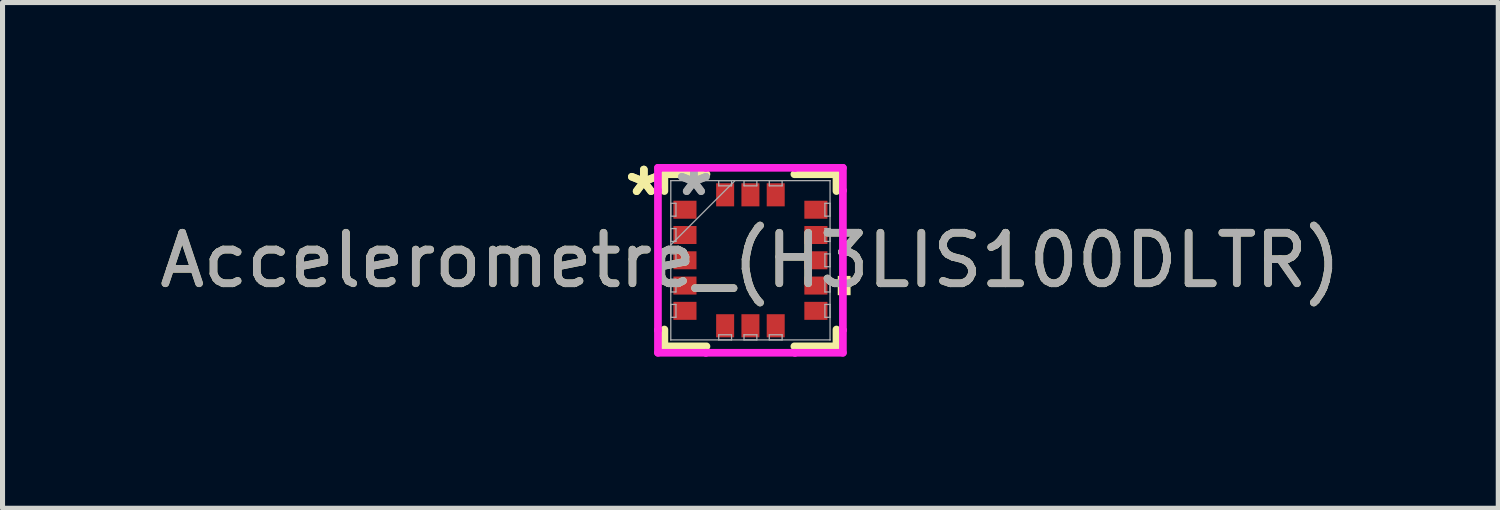
<source format=kicad_pcb>
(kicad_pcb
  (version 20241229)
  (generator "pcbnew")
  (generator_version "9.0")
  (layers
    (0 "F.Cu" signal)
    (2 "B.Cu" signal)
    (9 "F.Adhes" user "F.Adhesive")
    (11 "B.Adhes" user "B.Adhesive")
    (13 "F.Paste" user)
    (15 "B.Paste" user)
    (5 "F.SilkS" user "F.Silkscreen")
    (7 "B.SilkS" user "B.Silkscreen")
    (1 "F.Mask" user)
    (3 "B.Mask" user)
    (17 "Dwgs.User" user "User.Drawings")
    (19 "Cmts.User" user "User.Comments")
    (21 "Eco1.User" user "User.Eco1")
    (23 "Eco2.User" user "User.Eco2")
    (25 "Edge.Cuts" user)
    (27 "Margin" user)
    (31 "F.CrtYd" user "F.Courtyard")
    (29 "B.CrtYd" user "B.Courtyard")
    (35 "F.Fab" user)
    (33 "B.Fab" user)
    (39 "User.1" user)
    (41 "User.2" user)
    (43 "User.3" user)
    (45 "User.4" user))
  (footprint "Accelerometre_(H3LIS100DLTR)"
    (layer "F.Cu")
    (at 11.792 2.098)
    (property "Reference" "Accelerometre_(H3LIS100DLTR)" (at 0 0 0) (unlocked yes) (layer "F.SilkS") (effects (font (size 1 1) (thickness 0.15))))
    (attr smd)
    (fp_line (start -1.702 -1.702) (end -1.702 -1.369) (stroke (width 0.152) (type solid)) (layer "F.SilkS"))
    (fp_line (start -1.702 1.369) (end -1.702 1.702) (stroke (width 0.152) (type solid)) (layer "F.SilkS"))
    (fp_line (start -1.702 1.702) (end -0.869 1.702) (stroke (width 0.152) (type solid)) (layer "F.SilkS"))
    (fp_line (start -0.869 -1.702) (end -1.702 -1.702) (stroke (width 0.152) (type solid)) (layer "F.SilkS"))
    (fp_line (start 0.869 1.702) (end 1.702 1.702) (stroke (width 0.152) (type solid)) (layer "F.SilkS"))
    (fp_line (start 1.702 -1.702) (end 0.869 -1.702) (stroke (width 0.152) (type solid)) (layer "F.SilkS"))
    (fp_line (start 1.702 -1.369) (end 1.702 -1.702) (stroke (width 0.152) (type solid)) (layer "F.SilkS"))
    (fp_line (start 1.702 1.702) (end 1.702 1.369) (stroke (width 0.152) (type solid)) (layer "F.SilkS"))
    (fp_poly (pts (xy 1.981 0.309) (xy 1.981 0.69) (xy 1.727 0.69) (xy 1.727 0.309)) (stroke (width 0) (type solid)) (fill yes) (layer "F.SilkS"))
    (fp_line (start -1.829 -1.829) (end -0.881 -1.829) (stroke (width 0.152) (type solid)) (layer "F.CrtYd"))
    (fp_line (start -1.829 -1.381) (end -1.829 -1.829) (stroke (width 0.152) (type solid)) (layer "F.CrtYd"))
    (fp_line (start -1.829 -1.381) (end -1.829 -1.381) (stroke (width 0.152) (type solid)) (layer "F.CrtYd"))
    (fp_line (start -1.829 1.381) (end -1.829 -1.381) (stroke (width 0.152) (type solid)) (layer "F.CrtYd"))
    (fp_line (start -1.829 1.381) (end -1.829 1.381) (stroke (width 0.152) (type solid)) (layer "F.CrtYd"))
    (fp_line (start -1.829 1.829) (end -1.829 1.381) (stroke (width 0.152) (type solid)) (layer "F.CrtYd"))
    (fp_line (start -0.881 -1.829) (end -0.881 -1.829) (stroke (width 0.152) (type solid)) (layer "F.CrtYd"))
    (fp_line (start -0.881 -1.829) (end 0.881 -1.829) (stroke (width 0.152) (type solid)) (layer "F.CrtYd"))
    (fp_line (start -0.881 1.829) (end -1.829 1.829) (stroke (width 0.152) (type solid)) (layer "F.CrtYd"))
    (fp_line (start -0.881 1.829) (end -0.881 1.829) (stroke (width 0.152) (type solid)) (layer "F.CrtYd"))
    (fp_line (start 0.881 -1.829) (end 0.881 -1.829) (stroke (width 0.152) (type solid)) (layer "F.CrtYd"))
    (fp_line (start 0.881 -1.829) (end 1.829 -1.829) (stroke (width 0.152) (type solid)) (layer "F.CrtYd"))
    (fp_line (start 0.881 1.829) (end -0.881 1.829) (stroke (width 0.152) (type solid)) (layer "F.CrtYd"))
    (fp_line (start 0.881 1.829) (end 0.881 1.829) (stroke (width 0.152) (type solid)) (layer "F.CrtYd"))
    (fp_line (start 1.829 -1.829) (end 1.829 -1.381) (stroke (width 0.152) (type solid)) (layer "F.CrtYd"))
    (fp_line (start 1.829 -1.381) (end 1.829 -1.381) (stroke (width 0.152) (type solid)) (layer "F.CrtYd"))
    (fp_line (start 1.829 -1.381) (end 1.829 1.381) (stroke (width 0.152) (type solid)) (layer "F.CrtYd"))
    (fp_line (start 1.829 1.381) (end 1.829 1.381) (stroke (width 0.152) (type solid)) (layer "F.CrtYd"))
    (fp_line (start 1.829 1.381) (end 1.829 1.829) (stroke (width 0.152) (type solid)) (layer "F.CrtYd"))
    (fp_line (start 1.829 1.829) (end 0.881 1.829) (stroke (width 0.152) (type solid)) (layer "F.CrtYd"))
    (fp_line (start -1.575 -1.575) (end -1.575 -1.575) (stroke (width 0.025) (type solid)) (layer "F.Fab"))
    (fp_line (start -1.575 -1.575) (end -1.575 1.575) (stroke (width 0.025) (type solid)) (layer "F.Fab"))
    (fp_line (start -1.575 -1.127) (end -1.473 -1.127) (stroke (width 0.025) (type solid)) (layer "F.Fab"))
    (fp_line (start -1.575 -0.873) (end -1.575 -1.127) (stroke (width 0.025) (type solid)) (layer "F.Fab"))
    (fp_line (start -1.575 -0.627) (end -1.473 -0.627) (stroke (width 0.025) (type solid)) (layer "F.Fab"))
    (fp_line (start -1.575 -0.373) (end -1.575 -0.627) (stroke (width 0.025) (type solid)) (layer "F.Fab"))
    (fp_line (start -1.575 -0.305) (end -0.305 -1.575) (stroke (width 0.025) (type solid)) (layer "F.Fab"))
    (fp_line (start -1.575 -0.127) (end -1.473 -0.127) (stroke (width 0.025) (type solid)) (layer "F.Fab"))
    (fp_line (start -1.575 0.127) (end -1.575 -0.127) (stroke (width 0.025) (type solid)) (layer "F.Fab"))
    (fp_line (start -1.575 0.373) (end -1.473 0.373) (stroke (width 0.025) (type solid)) (layer "F.Fab"))
    (fp_line (start -1.575 0.627) (end -1.575 0.373) (stroke (width 0.025) (type solid)) (layer "F.Fab"))
    (fp_line (start -1.575 0.873) (end -1.473 0.873) (stroke (width 0.025) (type solid)) (layer "F.Fab"))
    (fp_line (start -1.575 1.127) (end -1.575 0.873) (stroke (width 0.025) (type solid)) (layer "F.Fab"))
    (fp_line (start -1.575 1.575) (end -1.575 1.575) (stroke (width 0.025) (type solid)) (layer "F.Fab"))
    (fp_line (start -1.575 1.575) (end 1.575 1.575) (stroke (width 0.025) (type solid)) (layer "F.Fab"))
    (fp_line (start -1.473 -1.127) (end -1.473 -0.873) (stroke (width 0.025) (type solid)) (layer "F.Fab"))
    (fp_line (start -1.473 -0.873) (end -1.575 -0.873) (stroke (width 0.025) (type solid)) (layer "F.Fab"))
    (fp_line (start -1.473 -0.627) (end -1.473 -0.373) (stroke (width 0.025) (type solid)) (layer "F.Fab"))
    (fp_line (start -1.473 -0.373) (end -1.575 -0.373) (stroke (width 0.025) (type solid)) (layer "F.Fab"))
    (fp_line (start -1.473 -0.127) (end -1.473 0.127) (stroke (width 0.025) (type solid)) (layer "F.Fab"))
    (fp_line (start -1.473 0.127) (end -1.575 0.127) (stroke (width 0.025) (type solid)) (layer "F.Fab"))
    (fp_line (start -1.473 0.373) (end -1.473 0.627) (stroke (width 0.025) (type solid)) (layer "F.Fab"))
    (fp_line (start -1.473 0.627) (end -1.575 0.627) (stroke (width 0.025) (type solid)) (layer "F.Fab"))
    (fp_line (start -1.473 0.873) (end -1.473 1.127) (stroke (width 0.025) (type solid)) (layer "F.Fab"))
    (fp_line (start -1.473 1.127) (end -1.575 1.127) (stroke (width 0.025) (type solid)) (layer "F.Fab"))
    (fp_line (start -0.627 -1.575) (end -0.373 -1.575) (stroke (width 0.025) (type solid)) (layer "F.Fab"))
    (fp_line (start -0.627 -1.473) (end -0.627 -1.575) (stroke (width 0.025) (type solid)) (layer "F.Fab"))
    (fp_line (start -0.627 1.473) (end -0.373 1.473) (stroke (width 0.025) (type solid)) (layer "F.Fab"))
    (fp_line (start -0.627 1.575) (end -0.627 1.473) (stroke (width 0.025) (type solid)) (layer "F.Fab"))
    (fp_line (start -0.373 -1.575) (end -0.373 -1.473) (stroke (width 0.025) (type solid)) (layer "F.Fab"))
    (fp_line (start -0.373 -1.473) (end -0.627 -1.473) (stroke (width 0.025) (type solid)) (layer "F.Fab"))
    (fp_line (start -0.373 1.473) (end -0.373 1.575) (stroke (width 0.025) (type solid)) (layer "F.Fab"))
    (fp_line (start -0.373 1.575) (end -0.627 1.575) (stroke (width 0.025) (type solid)) (layer "F.Fab"))
    (fp_line (start -0.127 -1.575) (end 0.127 -1.575) (stroke (width 0.025) (type solid)) (layer "F.Fab"))
    (fp_line (start -0.127 -1.473) (end -0.127 -1.575) (stroke (width 0.025) (type solid)) (layer "F.Fab"))
    (fp_line (start -0.127 1.473) (end 0.127 1.473) (stroke (width 0.025) (type solid)) (layer "F.Fab"))
    (fp_line (start -0.127 1.575) (end -0.127 1.473) (stroke (width 0.025) (type solid)) (layer "F.Fab"))
    (fp_line (start 0.127 -1.575) (end 0.127 -1.473) (stroke (width 0.025) (type solid)) (layer "F.Fab"))
    (fp_line (start 0.127 -1.473) (end -0.127 -1.473) (stroke (width 0.025) (type solid)) (layer "F.Fab"))
    (fp_line (start 0.127 1.473) (end 0.127 1.575) (stroke (width 0.025) (type solid)) (layer "F.Fab"))
    (fp_line (start 0.127 1.575) (end -0.127 1.575) (stroke (width 0.025) (type solid)) (layer "F.Fab"))
    (fp_line (start 0.373 -1.575) (end 0.627 -1.575) (stroke (width 0.025) (type solid)) (layer "F.Fab"))
    (fp_line (start 0.373 -1.473) (end 0.373 -1.575) (stroke (width 0.025) (type solid)) (layer "F.Fab"))
    (fp_line (start 0.373 1.473) (end 0.627 1.473) (stroke (width 0.025) (type solid)) (layer "F.Fab"))
    (fp_line (start 0.373 1.575) (end 0.373 1.473) (stroke (width 0.025) (type solid)) (layer "F.Fab"))
    (fp_line (start 0.627 -1.575) (end 0.627 -1.473) (stroke (width 0.025) (type solid)) (layer "F.Fab"))
    (fp_line (start 0.627 -1.473) (end 0.373 -1.473) (stroke (width 0.025) (type solid)) (layer "F.Fab"))
    (fp_line (start 0.627 1.473) (end 0.627 1.575) (stroke (width 0.025) (type solid)) (layer "F.Fab"))
    (fp_line (start 0.627 1.575) (end 0.373 1.575) (stroke (width 0.025) (type solid)) (layer "F.Fab"))
    (fp_line (start 1.473 -1.127) (end 1.575 -1.127) (stroke (width 0.025) (type solid)) (layer "F.Fab"))
    (fp_line (start 1.473 -0.873) (end 1.473 -1.127) (stroke (width 0.025) (type solid)) (layer "F.Fab"))
    (fp_line (start 1.473 -0.627) (end 1.575 -0.627) (stroke (width 0.025) (type solid)) (layer "F.Fab"))
    (fp_line (start 1.473 -0.373) (end 1.473 -0.627) (stroke (width 0.025) (type solid)) (layer "F.Fab"))
    (fp_line (start 1.473 -0.127) (end 1.575 -0.127) (stroke (width 0.025) (type solid)) (layer "F.Fab"))
    (fp_line (start 1.473 0.127) (end 1.473 -0.127) (stroke (width 0.025) (type solid)) (layer "F.Fab"))
    (fp_line (start 1.473 0.373) (end 1.575 0.373) (stroke (width 0.025) (type solid)) (layer "F.Fab"))
    (fp_line (start 1.473 0.627) (end 1.473 0.373) (stroke (width 0.025) (type solid)) (layer "F.Fab"))
    (fp_line (start 1.473 0.873) (end 1.575 0.873) (stroke (width 0.025) (type solid)) (layer "F.Fab"))
    (fp_line (start 1.473 1.127) (end 1.473 0.873) (stroke (width 0.025) (type solid)) (layer "F.Fab"))
    (fp_line (start 1.575 -1.575) (end -1.575 -1.575) (stroke (width 0.025) (type solid)) (layer "F.Fab"))
    (fp_line (start 1.575 -1.575) (end 1.575 -1.575) (stroke (width 0.025) (type solid)) (layer "F.Fab"))
    (fp_line (start 1.575 -1.127) (end 1.575 -0.873) (stroke (width 0.025) (type solid)) (layer "F.Fab"))
    (fp_line (start 1.575 -0.873) (end 1.473 -0.873) (stroke (width 0.025) (type solid)) (layer "F.Fab"))
    (fp_line (start 1.575 -0.627) (end 1.575 -0.373) (stroke (width 0.025) (type solid)) (layer "F.Fab"))
    (fp_line (start 1.575 -0.373) (end 1.473 -0.373) (stroke (width 0.025) (type solid)) (layer "F.Fab"))
    (fp_line (start 1.575 -0.127) (end 1.575 0.127) (stroke (width 0.025) (type solid)) (layer "F.Fab"))
    (fp_line (start 1.575 0.127) (end 1.473 0.127) (stroke (width 0.025) (type solid)) (layer "F.Fab"))
    (fp_line (start 1.575 0.373) (end 1.575 0.627) (stroke (width 0.025) (type solid)) (layer "F.Fab"))
    (fp_line (start 1.575 0.627) (end 1.473 0.627) (stroke (width 0.025) (type solid)) (layer "F.Fab"))
    (fp_line (start 1.575 0.873) (end 1.575 1.127) (stroke (width 0.025) (type solid)) (layer "F.Fab"))
    (fp_line (start 1.575 1.127) (end 1.473 1.127) (stroke (width 0.025) (type solid)) (layer "F.Fab"))
    (fp_line (start 1.575 1.575) (end 1.575 -1.575) (stroke (width 0.025) (type solid)) (layer "F.Fab"))
    (fp_line (start 1.575 1.575) (end 1.575 1.575) (stroke (width 0.025) (type solid)) (layer "F.Fab"))
    (fp_text user "*" (at -2.108 -1.25 0) (layer "F.SilkS") (effects (font (size 1 1) (thickness 0.15))))
    (fp_text user "*" (at -2.108 -1.25 0) (unlocked yes) (layer "F.SilkS") (effects (font (size 1 1) (thickness 0.15))))
    (fp_text user "${REFERENCE}" (at 0 0 0) (unlocked yes) (layer "F.Fab") (effects (font (size 1 1) (thickness 0.15))))
    (fp_text user "*" (at -1.118 -1.25 0) (unlocked yes) (layer "F.Fab") (effects (font (size 1 1) (thickness 0.15))))
    (fp_text user "*" (at -1.118 -1.25 0) (layer "F.Fab") (effects (font (size 1 1) (thickness 0.15))))
    (pad "1" smd rect (at -1.295 -1 90) (size 0.356 0.457) (layers "F.Cu" "F.Mask" "F.Paste"))
    (pad "2" smd rect (at -1.295 -0.5 90) (size 0.356 0.457) (layers "F.Cu" "F.Mask" "F.Paste"))
    (pad "3" smd rect (at -1.295 0 90) (size 0.356 0.457) (layers "F.Cu" "F.Mask" "F.Paste"))
    (pad "4" smd rect (at -1.295 0.5 90) (size 0.356 0.457) (layers "F.Cu" "F.Mask" "F.Paste"))
    (pad "5" smd rect (at -1.295 1 90) (size 0.356 0.457) (layers "F.Cu" "F.Mask" "F.Paste"))
    (pad "6" smd rect (at -0.5 1.295) (size 0.356 0.457) (layers "F.Cu" "F.Mask" "F.Paste"))
    (pad "7" smd rect (at 0 1.295) (size 0.356 0.457) (layers "F.Cu" "F.Mask" "F.Paste"))
    (pad "8" smd rect (at 0.5 1.295) (size 0.356 0.457) (layers "F.Cu" "F.Mask" "F.Paste"))
    (pad "9" smd rect (at 1.295 1 90) (size 0.356 0.457) (layers "F.Cu" "F.Mask" "F.Paste"))
    (pad "10" smd rect (at 1.295 0.5 90) (size 0.356 0.457) (layers "F.Cu" "F.Mask" "F.Paste"))
    (pad "11" smd rect (at 1.295 0 90) (size 0.356 0.457) (layers "F.Cu" "F.Mask" "F.Paste"))
    (pad "12" smd rect (at 1.295 -0.5 90) (size 0.356 0.457) (layers "F.Cu" "F.Mask" "F.Paste"))
    (pad "13" smd rect (at 1.295 -1 90) (size 0.356 0.457) (layers "F.Cu" "F.Mask" "F.Paste"))
    (pad "14" smd rect (at 0.5 -1.295) (size 0.356 0.457) (layers "F.Cu" "F.Mask" "F.Paste"))
    (pad "15" smd rect (at 0 -1.295) (size 0.356 0.457) (layers "F.Cu" "F.Mask" "F.Paste"))
    (pad "16" smd rect (at -0.5 -1.295) (size 0.356 0.457) (layers "F.Cu" "F.Mask" "F.Paste")))
  (gr_rect
    (start -3 -3)
    (end 26.583 7.003)
    (stroke (width 0.1) (type default))
    (fill no)
    (layer "Edge.Cuts")))
</source>
